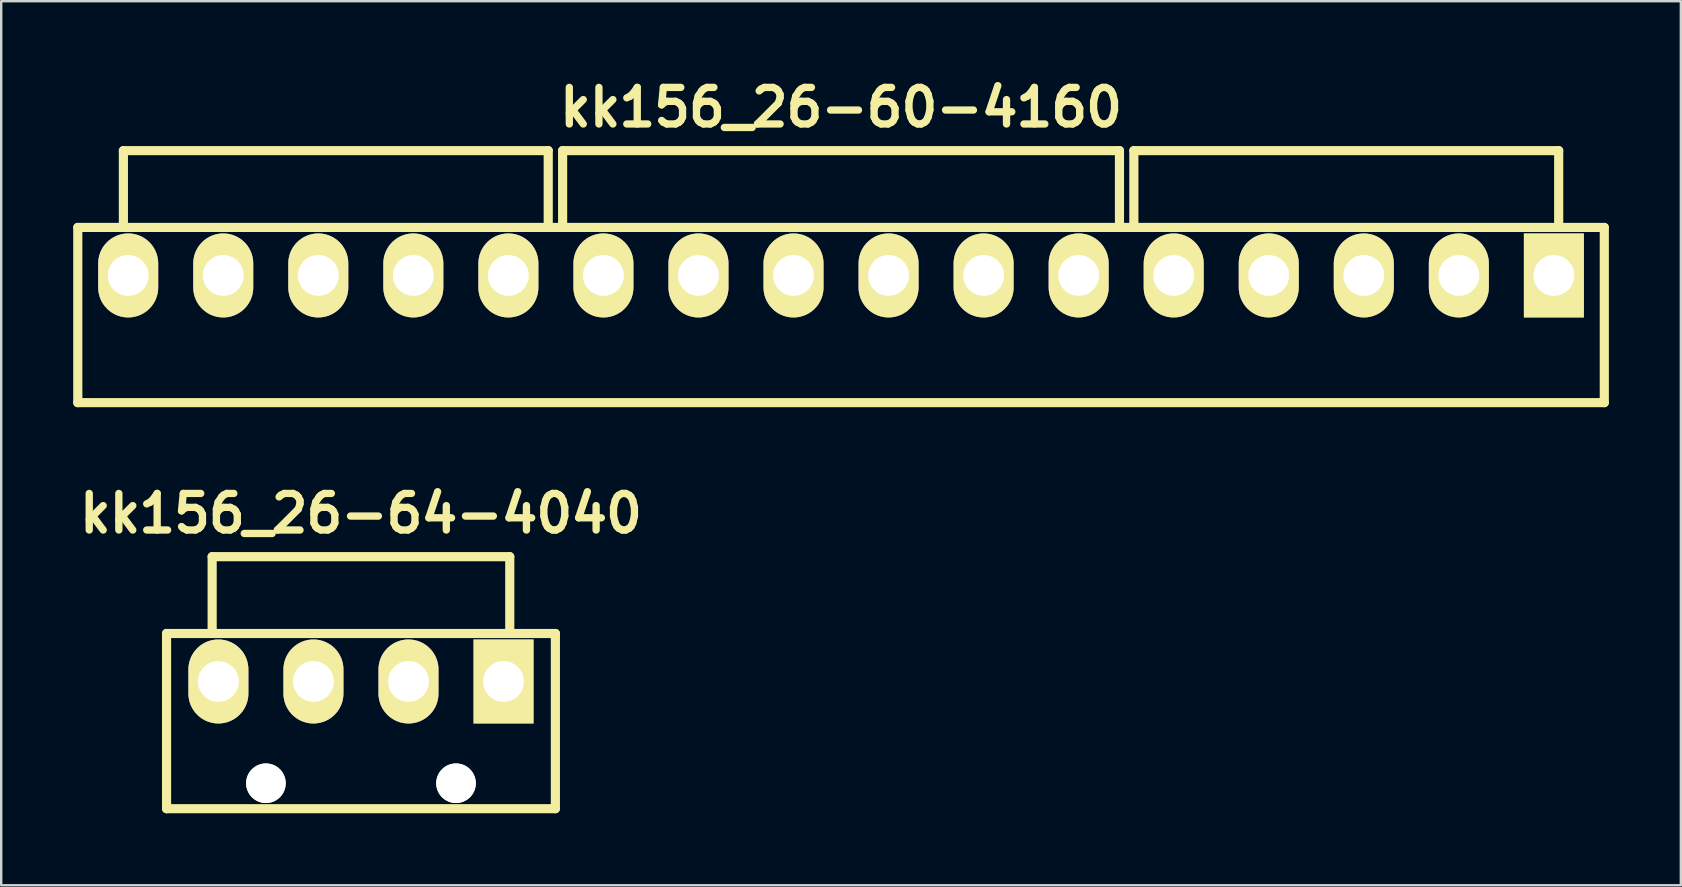
<source format=kicad_pcb>
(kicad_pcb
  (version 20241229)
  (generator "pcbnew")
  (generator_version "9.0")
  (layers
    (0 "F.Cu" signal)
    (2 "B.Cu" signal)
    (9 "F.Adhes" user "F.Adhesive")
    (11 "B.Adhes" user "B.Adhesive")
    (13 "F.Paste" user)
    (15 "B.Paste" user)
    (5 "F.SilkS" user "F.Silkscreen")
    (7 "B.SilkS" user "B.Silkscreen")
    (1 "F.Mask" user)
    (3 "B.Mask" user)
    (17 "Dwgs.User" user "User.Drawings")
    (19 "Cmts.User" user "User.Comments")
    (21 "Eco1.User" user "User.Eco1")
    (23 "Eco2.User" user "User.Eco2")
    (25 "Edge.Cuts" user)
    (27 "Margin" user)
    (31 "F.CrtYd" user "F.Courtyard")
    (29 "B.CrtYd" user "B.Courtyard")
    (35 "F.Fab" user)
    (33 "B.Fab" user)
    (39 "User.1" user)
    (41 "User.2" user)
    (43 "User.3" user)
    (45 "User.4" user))
  (footprint "kk156_26-60-4160"
    (layer "F.Cu")
    (at 31.991 8.426)
    (property "Reference" "kk156_26-60-4160" (at 0 -7 0) (layer "F.SilkS") (effects (font (size 1.524 1.524) (thickness 0.305))))
    (attr through_hole)
    (fp_line (start -31.8 -2) (end 31.8 -2) (stroke (width 0.381) (type solid)) (layer "F.SilkS"))
    (fp_line (start -31.8 5.3) (end -31.8 -2) (stroke (width 0.381) (type solid)) (layer "F.SilkS"))
    (fp_line (start -31.8 5.3) (end 31.8 5.3) (stroke (width 0.381) (type solid)) (layer "F.SilkS"))
    (fp_line (start -29.9 -2) (end -29.9 -5.2) (stroke (width 0.381) (type solid)) (layer "F.SilkS"))
    (fp_line (start -12.2 -5.2) (end -29.9 -5.2) (stroke (width 0.381) (type solid)) (layer "F.SilkS"))
    (fp_line (start -12.2 -2) (end -12.2 -5.2) (stroke (width 0.381) (type solid)) (layer "F.SilkS"))
    (fp_line (start -11.6 -5.2) (end 11.6 -5.2) (stroke (width 0.381) (type solid)) (layer "F.SilkS"))
    (fp_line (start -11.6 -2) (end -11.6 -5.2) (stroke (width 0.381) (type solid)) (layer "F.SilkS"))
    (fp_line (start 11.6 -5.2) (end 11.6 -2) (stroke (width 0.381) (type solid)) (layer "F.SilkS"))
    (fp_line (start 12.2 -5.2) (end 29.9 -5.2) (stroke (width 0.381) (type solid)) (layer "F.SilkS"))
    (fp_line (start 12.2 -2) (end 12.2 -5.2) (stroke (width 0.381) (type solid)) (layer "F.SilkS"))
    (fp_line (start 29.9 -5.2) (end 29.9 -2) (stroke (width 0.381) (type solid)) (layer "F.SilkS"))
    (fp_line (start 31.8 -2) (end 31.8 5.3) (stroke (width 0.381) (type solid)) (layer "F.SilkS"))
    (pad "1" thru_hole rect (at 29.7 0) (size 2.5 3.5) (drill 1.7) (layers "*.Cu" "*.Mask" "F.SilkS"))
    (pad "2" thru_hole oval (at 25.74 0) (size 2.5 3.5) (drill 1.7) (layers "*.Cu" "*.Mask" "F.SilkS"))
    (pad "3" thru_hole oval (at 21.78 0) (size 2.5 3.5) (drill 1.7) (layers "*.Cu" "*.Mask" "F.SilkS"))
    (pad "4" thru_hole oval (at 17.82 0) (size 2.5 3.5) (drill 1.7) (layers "*.Cu" "*.Mask" "F.SilkS"))
    (pad "5" thru_hole oval (at 13.86 0) (size 2.5 3.5) (drill 1.7) (layers "*.Cu" "*.Mask" "F.SilkS"))
    (pad "6" thru_hole oval (at 9.9 0) (size 2.5 3.5) (drill 1.7) (layers "*.Cu" "*.Mask" "F.SilkS"))
    (pad "7" thru_hole oval (at 5.94 0) (size 2.5 3.5) (drill 1.7) (layers "*.Cu" "*.Mask" "F.SilkS"))
    (pad "8" thru_hole oval (at 1.98 0) (size 2.5 3.5) (drill 1.7) (layers "*.Cu" "*.Mask" "F.SilkS"))
    (pad "9" thru_hole oval (at -1.98 0) (size 2.5 3.5) (drill 1.7) (layers "*.Cu" "*.Mask" "F.SilkS"))
    (pad "10" thru_hole oval (at -5.94 0) (size 2.5 3.5) (drill 1.7) (layers "*.Cu" "*.Mask" "F.SilkS"))
    (pad "11" thru_hole oval (at -9.9 0) (size 2.5 3.5) (drill 1.7) (layers "*.Cu" "*.Mask" "F.SilkS"))
    (pad "12" thru_hole oval (at -13.86 0) (size 2.5 3.5) (drill 1.7) (layers "*.Cu" "*.Mask" "F.SilkS"))
    (pad "13" thru_hole oval (at -17.82 0) (size 2.5 3.5) (drill 1.7) (layers "*.Cu" "*.Mask" "F.SilkS"))
    (pad "14" thru_hole oval (at -21.78 0) (size 2.5 3.5) (drill 1.7) (layers "*.Cu" "*.Mask" "F.SilkS"))
    (pad "15" thru_hole oval (at -25.74 0) (size 2.5 3.5) (drill 1.7) (layers "*.Cu" "*.Mask" "F.SilkS"))
    (pad "16" thru_hole oval (at -29.7 0) (size 2.5 3.5) (drill 1.7) (layers "*.Cu" "*.Mask" "F.SilkS")))
  (footprint "kk156_26-64-4040"
    (layer "F.Cu")
    (at 11.989 25.343)
    (property "Reference" "kk156_26-64-4040" (at 0 -7 0) (layer "F.SilkS") (effects (font (size 1.524 1.524) (thickness 0.305))))
    (attr through_hole)
    (fp_line (start -8.1 -2) (end 8.1 -2) (stroke (width 0.381) (type solid)) (layer "F.SilkS"))
    (fp_line (start -8.1 5.3) (end -8.1 -2) (stroke (width 0.381) (type solid)) (layer "F.SilkS"))
    (fp_line (start -8.1 5.3) (end 8.1 5.3) (stroke (width 0.381) (type solid)) (layer "F.SilkS"))
    (fp_line (start -6.2 -5.2) (end 6.2 -5.2) (stroke (width 0.381) (type solid)) (layer "F.SilkS"))
    (fp_line (start -6.2 -2) (end -6.2 -5.2) (stroke (width 0.381) (type solid)) (layer "F.SilkS"))
    (fp_line (start 6.2 -5.2) (end 6.2 -2) (stroke (width 0.381) (type solid)) (layer "F.SilkS"))
    (fp_line (start 8.1 -2) (end 8.1 5.3) (stroke (width 0.381) (type solid)) (layer "F.SilkS"))
    (pad "" np_thru_hole circle (at -3.96 4.24) (size 1.65 1.65) (drill 1.65) (layers "*.Cu" "F.SilkS"))
    (pad "" np_thru_hole circle (at 3.96 4.24) (size 1.65 1.65) (drill 1.65) (layers "*.Cu" "F.SilkS"))
    (pad "1" thru_hole rect (at 5.94 0) (size 2.5 3.5) (drill 1.7) (layers "*.Cu" "*.Mask" "F.SilkS"))
    (pad "2" thru_hole oval (at 1.98 0) (size 2.5 3.5) (drill 1.7) (layers "*.Cu" "*.Mask" "F.SilkS"))
    (pad "3" thru_hole oval (at -1.98 0) (size 2.5 3.5) (drill 1.7) (layers "*.Cu" "*.Mask" "F.SilkS"))
    (pad "4" thru_hole oval (at -5.94 0) (size 2.5 3.5) (drill 1.7) (layers "*.Cu" "*.Mask" "F.SilkS")))
  (gr_rect
    (start -3 -3)
    (end 66.981 33.834)
    (stroke (width 0.1) (type default))
    (fill no)
    (layer "Edge.Cuts")))
</source>
